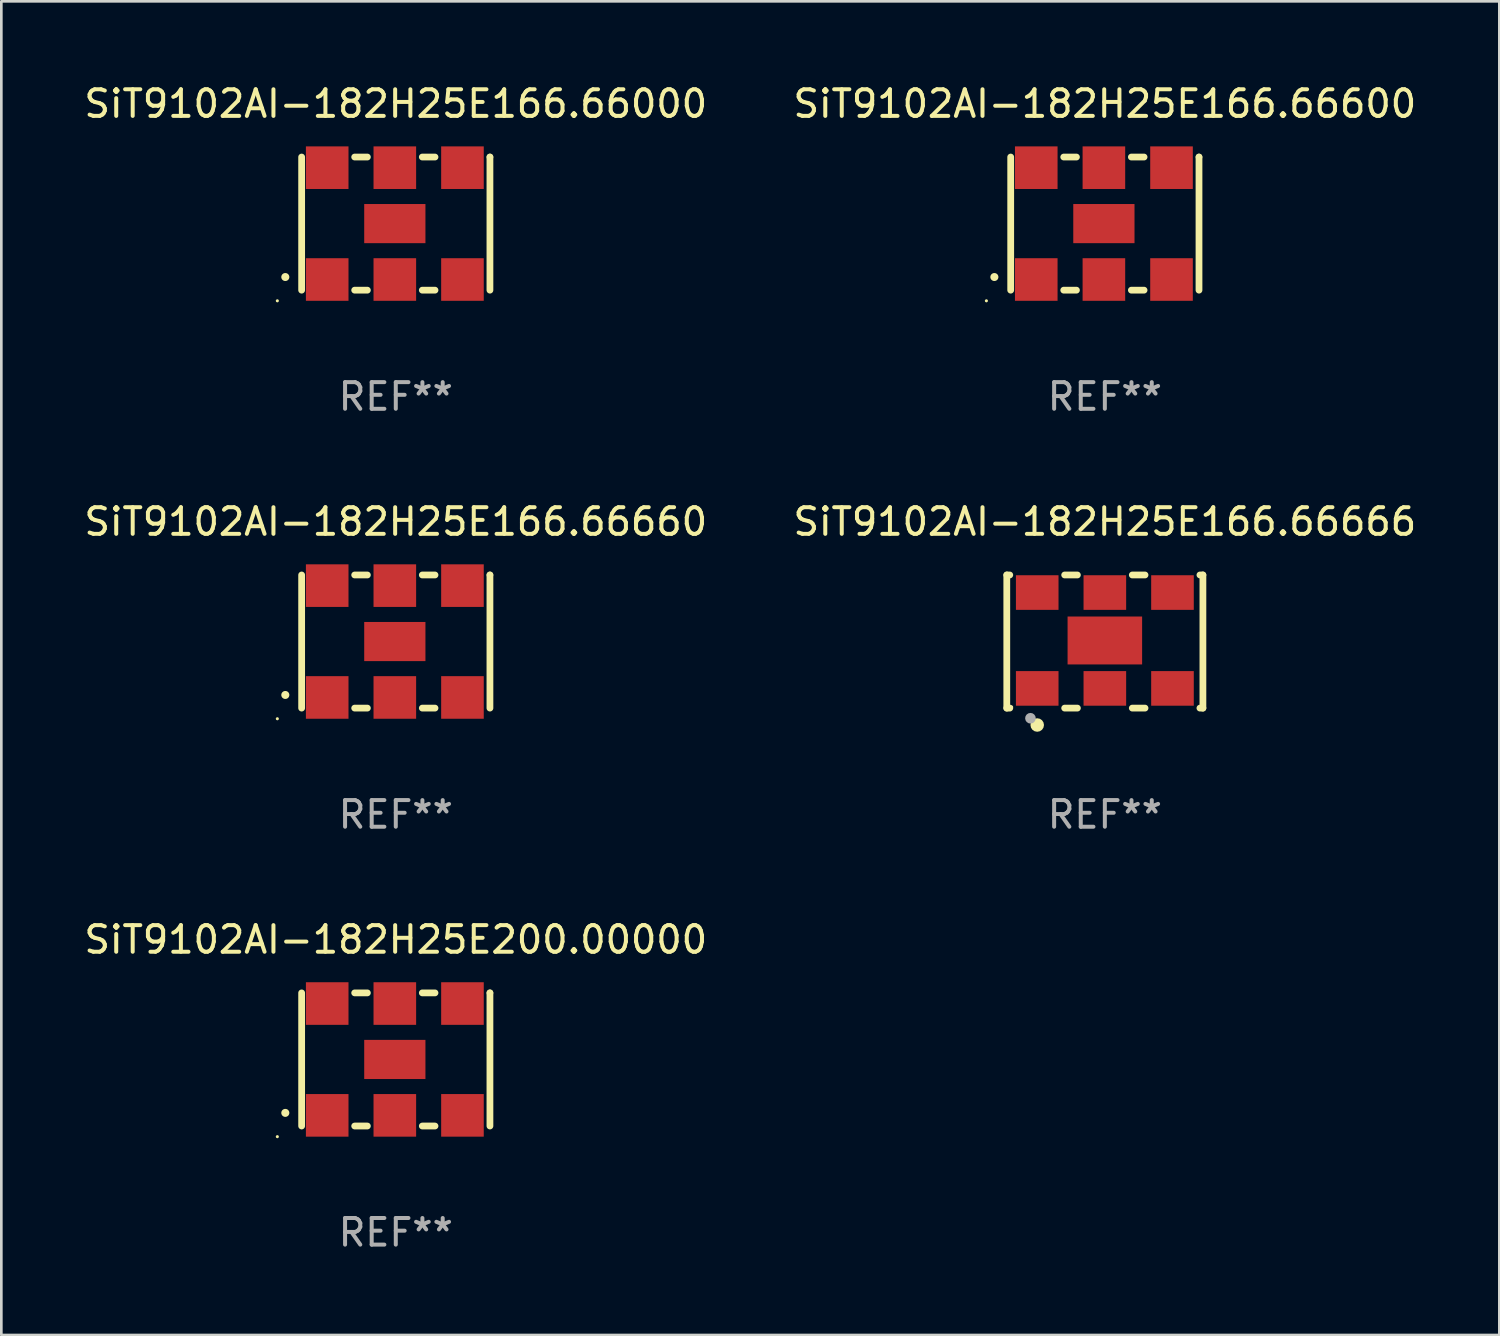
<source format=kicad_pcb>
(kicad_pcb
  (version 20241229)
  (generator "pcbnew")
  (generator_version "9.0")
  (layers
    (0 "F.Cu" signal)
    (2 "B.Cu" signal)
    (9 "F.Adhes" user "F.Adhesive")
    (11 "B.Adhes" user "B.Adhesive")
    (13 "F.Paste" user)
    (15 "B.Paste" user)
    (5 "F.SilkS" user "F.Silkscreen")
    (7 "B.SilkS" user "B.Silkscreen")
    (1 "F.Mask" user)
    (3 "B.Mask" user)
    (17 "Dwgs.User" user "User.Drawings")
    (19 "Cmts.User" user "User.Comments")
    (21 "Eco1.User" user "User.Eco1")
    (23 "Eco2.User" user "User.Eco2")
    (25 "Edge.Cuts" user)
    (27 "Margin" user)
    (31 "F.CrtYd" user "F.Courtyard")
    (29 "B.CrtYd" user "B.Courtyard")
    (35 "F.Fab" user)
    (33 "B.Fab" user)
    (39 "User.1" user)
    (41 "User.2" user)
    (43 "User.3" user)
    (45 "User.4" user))
  (footprint "SiT9102AI-182H25E200.00000"
    (layer "F.Cu")
    (at 11.815 36.741)
    (property "Reference" "SiT9102AI-182H25E200.00000" (at 0 -4.5 0) (layer "F.SilkS") (effects (font (size 1 1) (thickness 0.15))))
    (attr through_hole)
    (fp_line (start -3.536 -2.5) (end -3.536 2.5) (stroke (width 0.254) (type solid)) (layer "F.SilkS"))
    (fp_line (start -1.544 2.5) (end -1.067 2.5) (stroke (width 0.254) (type solid)) (layer "F.SilkS"))
    (fp_line (start -1.067 -2.5) (end -1.544 -2.5) (stroke (width 0.254) (type solid)) (layer "F.SilkS"))
    (fp_line (start 0.996 2.5) (end 1.473 2.5) (stroke (width 0.254) (type solid)) (layer "F.SilkS"))
    (fp_line (start 1.473 -2.5) (end 0.996 -2.5) (stroke (width 0.254) (type solid)) (layer "F.SilkS"))
    (fp_line (start 3.536 -2.5) (end 3.536 -2.5) (stroke (width 0.254) (type solid)) (layer "F.SilkS"))
    (fp_line (start 3.536 2.5) (end 3.536 -2.5) (stroke (width 0.254) (type solid)) (layer "F.SilkS"))
    (fp_arc (start -4.150432 2.006604) (mid -4.149162 2.006599) (end -4.147892 2.006604) (stroke (width 0.3) (type solid)) (layer "F.SilkS"))
    (fp_circle (center -4.449 2.9) (end -4.419 2.9) (stroke (width 0.06) (type solid)) (fill no) (layer "F.SilkS"))
    (fp_text user "REF**" (at 0 6.5 0) (layer "F.Fab") (effects (font (size 1 1) (thickness 0.15))))
    (pad "1" smd rect (at -2.576 2.1) (size 1.6 1.6) (layers "F.Cu" "F.Mask" "F.Paste"))
    (pad "2" smd rect (at -0.036 2.1) (size 1.6 1.6) (layers "F.Cu" "F.Mask" "F.Paste"))
    (pad "3" smd rect (at 2.504 2.1) (size 1.6 1.6) (layers "F.Cu" "F.Mask" "F.Paste"))
    (pad "4" smd rect (at 2.504 -2.1) (size 1.6 1.6) (layers "F.Cu" "F.Mask" "F.Paste"))
    (pad "5" smd rect (at -0.036 -2.1) (size 1.6 1.6) (layers "F.Cu" "F.Mask" "F.Paste"))
    (pad "6" smd rect (at -2.576 -2.1) (size 1.6 1.6) (layers "F.Cu" "F.Mask" "F.Paste"))
    (pad "7" smd rect (at -0.036 0) (size 2.3 1.47) (layers "F.Cu" "F.Mask" "F.Paste")))
  (footprint "SiT9102AI-182H25E166.66660"
    (layer "F.Cu")
    (at 11.815 21.045)
    (property "Reference" "SiT9102AI-182H25E166.66660" (at 0 -4.5 0) (layer "F.SilkS") (effects (font (size 1 1) (thickness 0.15))))
    (attr through_hole)
    (fp_line (start -3.536 -2.5) (end -3.536 2.5) (stroke (width 0.254) (type solid)) (layer "F.SilkS"))
    (fp_line (start -1.544 2.5) (end -1.067 2.5) (stroke (width 0.254) (type solid)) (layer "F.SilkS"))
    (fp_line (start -1.067 -2.5) (end -1.544 -2.5) (stroke (width 0.254) (type solid)) (layer "F.SilkS"))
    (fp_line (start 0.996 2.5) (end 1.473 2.5) (stroke (width 0.254) (type solid)) (layer "F.SilkS"))
    (fp_line (start 1.473 -2.5) (end 0.996 -2.5) (stroke (width 0.254) (type solid)) (layer "F.SilkS"))
    (fp_line (start 3.536 -2.5) (end 3.536 -2.5) (stroke (width 0.254) (type solid)) (layer "F.SilkS"))
    (fp_line (start 3.536 2.5) (end 3.536 -2.5) (stroke (width 0.254) (type solid)) (layer "F.SilkS"))
    (fp_arc (start -4.150432 2.006604) (mid -4.149162 2.006599) (end -4.147892 2.006604) (stroke (width 0.3) (type solid)) (layer "F.SilkS"))
    (fp_circle (center -4.449 2.9) (end -4.419 2.9) (stroke (width 0.06) (type solid)) (fill no) (layer "F.SilkS"))
    (fp_text user "REF**" (at 0 6.5 0) (layer "F.Fab") (effects (font (size 1 1) (thickness 0.15))))
    (pad "1" smd rect (at -2.576 2.1) (size 1.6 1.6) (layers "F.Cu" "F.Mask" "F.Paste"))
    (pad "2" smd rect (at -0.036 2.1) (size 1.6 1.6) (layers "F.Cu" "F.Mask" "F.Paste"))
    (pad "3" smd rect (at 2.504 2.1) (size 1.6 1.6) (layers "F.Cu" "F.Mask" "F.Paste"))
    (pad "4" smd rect (at 2.504 -2.1) (size 1.6 1.6) (layers "F.Cu" "F.Mask" "F.Paste"))
    (pad "5" smd rect (at -0.036 -2.1) (size 1.6 1.6) (layers "F.Cu" "F.Mask" "F.Paste"))
    (pad "6" smd rect (at -2.576 -2.1) (size 1.6 1.6) (layers "F.Cu" "F.Mask" "F.Paste"))
    (pad "7" smd rect (at -0.036 0) (size 2.3 1.47) (layers "F.Cu" "F.Mask" "F.Paste")))
  (footprint "SiT9102AI-182H25E166.66000"
    (layer "F.Cu")
    (at 11.815 5.348)
    (property "Reference" "SiT9102AI-182H25E166.66000" (at 0 -4.5 0) (layer "F.SilkS") (effects (font (size 1 1) (thickness 0.15))))
    (attr through_hole)
    (fp_line (start -3.536 -2.5) (end -3.536 2.5) (stroke (width 0.254) (type solid)) (layer "F.SilkS"))
    (fp_line (start -1.544 2.5) (end -1.067 2.5) (stroke (width 0.254) (type solid)) (layer "F.SilkS"))
    (fp_line (start -1.067 -2.5) (end -1.544 -2.5) (stroke (width 0.254) (type solid)) (layer "F.SilkS"))
    (fp_line (start 0.996 2.5) (end 1.473 2.5) (stroke (width 0.254) (type solid)) (layer "F.SilkS"))
    (fp_line (start 1.473 -2.5) (end 0.996 -2.5) (stroke (width 0.254) (type solid)) (layer "F.SilkS"))
    (fp_line (start 3.536 -2.5) (end 3.536 -2.5) (stroke (width 0.254) (type solid)) (layer "F.SilkS"))
    (fp_line (start 3.536 2.5) (end 3.536 -2.5) (stroke (width 0.254) (type solid)) (layer "F.SilkS"))
    (fp_arc (start -4.150432 2.006604) (mid -4.149162 2.006599) (end -4.147892 2.006604) (stroke (width 0.3) (type solid)) (layer "F.SilkS"))
    (fp_circle (center -4.449 2.9) (end -4.419 2.9) (stroke (width 0.06) (type solid)) (fill no) (layer "F.SilkS"))
    (fp_text user "REF**" (at 0 6.5 0) (layer "F.Fab") (effects (font (size 1 1) (thickness 0.15))))
    (pad "1" smd rect (at -2.576 2.1) (size 1.6 1.6) (layers "F.Cu" "F.Mask" "F.Paste"))
    (pad "2" smd rect (at -0.036 2.1) (size 1.6 1.6) (layers "F.Cu" "F.Mask" "F.Paste"))
    (pad "3" smd rect (at 2.504 2.1) (size 1.6 1.6) (layers "F.Cu" "F.Mask" "F.Paste"))
    (pad "4" smd rect (at 2.504 -2.1) (size 1.6 1.6) (layers "F.Cu" "F.Mask" "F.Paste"))
    (pad "5" smd rect (at -0.036 -2.1) (size 1.6 1.6) (layers "F.Cu" "F.Mask" "F.Paste"))
    (pad "6" smd rect (at -2.576 -2.1) (size 1.6 1.6) (layers "F.Cu" "F.Mask" "F.Paste"))
    (pad "7" smd rect (at -0.036 0) (size 2.3 1.47) (layers "F.Cu" "F.Mask" "F.Paste")))
  (footprint "SiT9102AI-182H25E166.66600"
    (layer "F.Cu")
    (at 38.446 5.348)
    (property "Reference" "SiT9102AI-182H25E166.66600" (at 0 -4.5 0) (layer "F.SilkS") (effects (font (size 1 1) (thickness 0.15))))
    (attr through_hole)
    (fp_line (start -3.536 -2.5) (end -3.536 2.5) (stroke (width 0.254) (type solid)) (layer "F.SilkS"))
    (fp_line (start -1.544 2.5) (end -1.067 2.5) (stroke (width 0.254) (type solid)) (layer "F.SilkS"))
    (fp_line (start -1.067 -2.5) (end -1.544 -2.5) (stroke (width 0.254) (type solid)) (layer "F.SilkS"))
    (fp_line (start 0.996 2.5) (end 1.473 2.5) (stroke (width 0.254) (type solid)) (layer "F.SilkS"))
    (fp_line (start 1.473 -2.5) (end 0.996 -2.5) (stroke (width 0.254) (type solid)) (layer "F.SilkS"))
    (fp_line (start 3.536 -2.5) (end 3.536 -2.5) (stroke (width 0.254) (type solid)) (layer "F.SilkS"))
    (fp_line (start 3.536 2.5) (end 3.536 -2.5) (stroke (width 0.254) (type solid)) (layer "F.SilkS"))
    (fp_arc (start -4.150432 2.006604) (mid -4.149162 2.006599) (end -4.147892 2.006604) (stroke (width 0.3) (type solid)) (layer "F.SilkS"))
    (fp_circle (center -4.449 2.9) (end -4.419 2.9) (stroke (width 0.06) (type solid)) (fill no) (layer "F.SilkS"))
    (fp_text user "REF**" (at 0 6.5 0) (layer "F.Fab") (effects (font (size 1 1) (thickness 0.15))))
    (pad "1" smd rect (at -2.576 2.1) (size 1.6 1.6) (layers "F.Cu" "F.Mask" "F.Paste"))
    (pad "2" smd rect (at -0.036 2.1) (size 1.6 1.6) (layers "F.Cu" "F.Mask" "F.Paste"))
    (pad "3" smd rect (at 2.504 2.1) (size 1.6 1.6) (layers "F.Cu" "F.Mask" "F.Paste"))
    (pad "4" smd rect (at 2.504 -2.1) (size 1.6 1.6) (layers "F.Cu" "F.Mask" "F.Paste"))
    (pad "5" smd rect (at -0.036 -2.1) (size 1.6 1.6) (layers "F.Cu" "F.Mask" "F.Paste"))
    (pad "6" smd rect (at -2.576 -2.1) (size 1.6 1.6) (layers "F.Cu" "F.Mask" "F.Paste"))
    (pad "7" smd rect (at -0.036 0) (size 2.3 1.47) (layers "F.Cu" "F.Mask" "F.Paste")))
  (footprint "SiT9102AI-182H25E166.66666"
    (layer "F.Cu")
    (at 38.446 21.045)
    (property "Reference" "SiT9102AI-182H25E166.66666" (at 0 -4.5 0) (layer "F.SilkS") (effects (font (size 1 1) (thickness 0.15))))
    (attr through_hole)
    (fp_line (start -3.683 -2.5) (end -3.571 -2.5) (stroke (width 0.254) (type solid)) (layer "F.SilkS"))
    (fp_line (start -3.683 2.5) (end -3.683 -2.5) (stroke (width 0.254) (type solid)) (layer "F.SilkS"))
    (fp_line (start -3.683 2.5) (end -3.571 2.5) (stroke (width 0.254) (type solid)) (layer "F.SilkS"))
    (fp_line (start -1.509 -2.5) (end -1.031 -2.5) (stroke (width 0.254) (type solid)) (layer "F.SilkS"))
    (fp_line (start -1.509 2.5) (end -1.031 2.5) (stroke (width 0.254) (type solid)) (layer "F.SilkS"))
    (fp_line (start 1.031 -2.5) (end 1.509 -2.5) (stroke (width 0.254) (type solid)) (layer "F.SilkS"))
    (fp_line (start 1.031 2.5) (end 1.509 2.5) (stroke (width 0.254) (type solid)) (layer "F.SilkS"))
    (fp_line (start 3.571 -2.5) (end 3.683 -2.5) (stroke (width 0.254) (type solid)) (layer "F.SilkS"))
    (fp_line (start 3.571 2.5) (end 3.683 2.5) (stroke (width 0.254) (type solid)) (layer "F.SilkS"))
    (fp_line (start 3.683 2.5) (end 3.683 -2.5) (stroke (width 0.254) (type solid)) (layer "F.SilkS"))
    (fp_circle (center -3.5 2.46) (end -3.47 2.46) (stroke (width 0.06) (type solid)) (fill no) (layer "F.SilkS"))
    (fp_circle (center -2.54 3.135) (end -2.413 3.135) (stroke (width 0.254) (type solid)) (fill no) (layer "F.SilkS"))
    (fp_circle (center -2.794 2.881) (end -2.694 2.881) (stroke (width 0.2) (type solid)) (fill no) (layer "F.Fab"))
    (fp_text user "REF**" (at 0 6.5 0) (layer "F.Fab") (effects (font (size 1 1) (thickness 0.15))))
    (pad "1" smd rect (at -2.54 1.76) (size 1.6 1.3) (layers "F.Cu" "F.Mask" "F.Paste"))
    (pad "2" smd rect (at 0 1.76) (size 1.6 1.3) (layers "F.Cu" "F.Mask" "F.Paste"))
    (pad "3" smd rect (at 2.54 1.76) (size 1.6 1.3) (layers "F.Cu" "F.Mask" "F.Paste"))
    (pad "4" smd rect (at 2.54 -1.84) (size 1.6 1.3) (layers "F.Cu" "F.Mask" "F.Paste"))
    (pad "5" smd rect (at 0 -1.84) (size 1.6 1.3) (layers "F.Cu" "F.Mask" "F.Paste"))
    (pad "6" smd rect (at -2.54 -1.84) (size 1.6 1.3) (layers "F.Cu" "F.Mask" "F.Paste"))
    (pad "7" smd rect (at 0 -0.04) (size 2.8 1.8) (layers "F.Cu" "F.Mask" "F.Paste")))
  (gr_rect
    (start -3 -3)
    (end 53.262 47.09)
    (stroke (width 0.1) (type default))
    (fill no)
    (layer "Edge.Cuts")))
</source>
